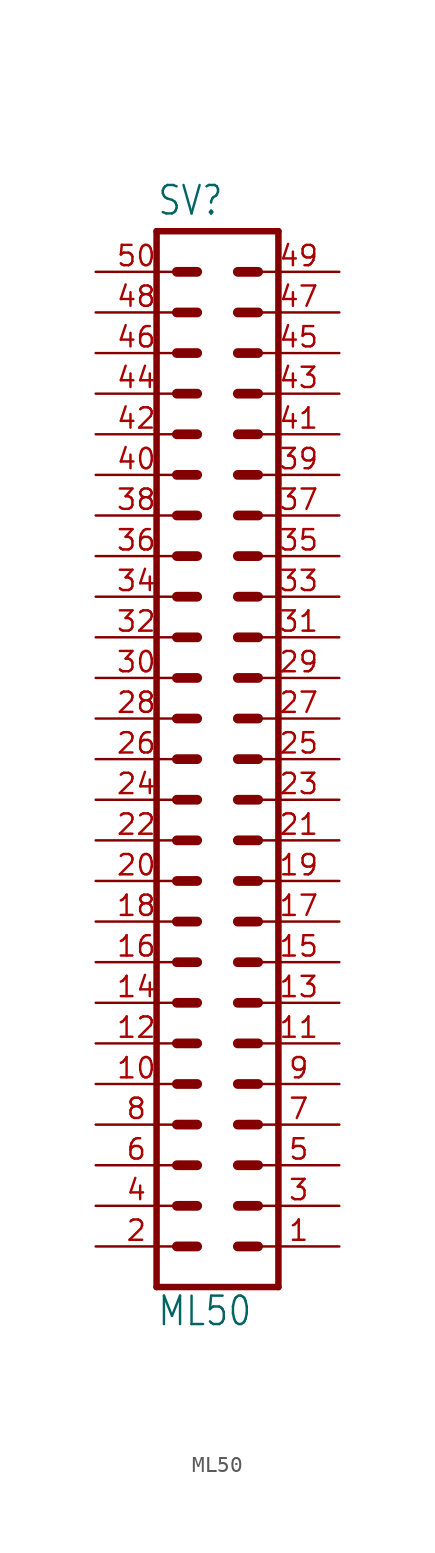
<source format=kicad_sym>
(kicad_symbol_lib
  (version 20211014)
  (generator kicad_symbol_editor)
  (symbol "ML50"
    (property "Reference" "SV"
      (at -3.81 33.909 0)
      (effects (font (size 1.778 1.511)) (justify left bottom)))
    (property "Value" "ML50"
      (at -3.81 -35.56 0)
      (effects (font (size 1.778 1.511)) (justify left bottom)))
    (property "ki_locked" ""
      (at 0 0 0)
      (effects (font (size 1.27 1.27))))
    (symbol "ML50_1_0"
      (polyline (pts (xy -3.81 33.02) (xy -3.81 -33.02)) (stroke (width 0.406) (type default) (color 0 0 0 0)) (fill (type none)))
      (polyline (pts (xy -3.81 33.02) (xy 3.81 33.02)) (stroke (width 0.406) (type default) (color 0 0 0 0)) (fill (type none)))
      (polyline (pts (xy -2.54 -30.48) (xy -1.27 -30.48)) (stroke (width 0.61) (type default) (color 0 0 0 0)) (fill (type none)))
      (polyline (pts (xy -2.54 -27.94) (xy -1.27 -27.94)) (stroke (width 0.61) (type default) (color 0 0 0 0)) (fill (type none)))
      (polyline (pts (xy -2.54 -25.4) (xy -1.27 -25.4)) (stroke (width 0.61) (type default) (color 0 0 0 0)) (fill (type none)))
      (polyline (pts (xy -2.54 -22.86) (xy -1.27 -22.86)) (stroke (width 0.61) (type default) (color 0 0 0 0)) (fill (type none)))
      (polyline (pts (xy -2.54 -20.32) (xy -1.27 -20.32)) (stroke (width 0.61) (type default) (color 0 0 0 0)) (fill (type none)))
      (polyline (pts (xy -2.54 -17.78) (xy -1.27 -17.78)) (stroke (width 0.61) (type default) (color 0 0 0 0)) (fill (type none)))
      (polyline (pts (xy -2.54 -15.24) (xy -1.27 -15.24)) (stroke (width 0.61) (type default) (color 0 0 0 0)) (fill (type none)))
      (polyline (pts (xy -2.54 -12.7) (xy -1.27 -12.7)) (stroke (width 0.61) (type default) (color 0 0 0 0)) (fill (type none)))
      (polyline (pts (xy -2.54 -10.16) (xy -1.27 -10.16)) (stroke (width 0.61) (type default) (color 0 0 0 0)) (fill (type none)))
      (polyline (pts (xy -2.54 -7.62) (xy -1.27 -7.62)) (stroke (width 0.61) (type default) (color 0 0 0 0)) (fill (type none)))
      (polyline (pts (xy -2.54 -5.08) (xy -1.27 -5.08)) (stroke (width 0.61) (type default) (color 0 0 0 0)) (fill (type none)))
      (polyline (pts (xy -2.54 -2.54) (xy -1.27 -2.54)) (stroke (width 0.61) (type default) (color 0 0 0 0)) (fill (type none)))
      (polyline (pts (xy -2.54 0) (xy -1.27 0)) (stroke (width 0.61) (type default) (color 0 0 0 0)) (fill (type none)))
      (polyline (pts (xy -2.54 2.54) (xy -1.27 2.54)) (stroke (width 0.61) (type default) (color 0 0 0 0)) (fill (type none)))
      (polyline (pts (xy -2.54 5.08) (xy -1.27 5.08)) (stroke (width 0.61) (type default) (color 0 0 0 0)) (fill (type none)))
      (polyline (pts (xy -2.54 7.62) (xy -1.27 7.62)) (stroke (width 0.61) (type default) (color 0 0 0 0)) (fill (type none)))
      (polyline (pts (xy -2.54 10.16) (xy -1.27 10.16)) (stroke (width 0.61) (type default) (color 0 0 0 0)) (fill (type none)))
      (polyline (pts (xy -2.54 12.7) (xy -1.27 12.7)) (stroke (width 0.61) (type default) (color 0 0 0 0)) (fill (type none)))
      (polyline (pts (xy -2.54 15.24) (xy -1.27 15.24)) (stroke (width 0.61) (type default) (color 0 0 0 0)) (fill (type none)))
      (polyline (pts (xy -2.54 17.78) (xy -1.27 17.78)) (stroke (width 0.61) (type default) (color 0 0 0 0)) (fill (type none)))
      (polyline (pts (xy -2.54 20.32) (xy -1.27 20.32)) (stroke (width 0.61) (type default) (color 0 0 0 0)) (fill (type none)))
      (polyline (pts (xy -2.54 22.86) (xy -1.27 22.86)) (stroke (width 0.61) (type default) (color 0 0 0 0)) (fill (type none)))
      (polyline (pts (xy -2.54 25.4) (xy -1.27 25.4)) (stroke (width 0.61) (type default) (color 0 0 0 0)) (fill (type none)))
      (polyline (pts (xy -2.54 27.94) (xy -1.27 27.94)) (stroke (width 0.61) (type default) (color 0 0 0 0)) (fill (type none)))
      (polyline (pts (xy -2.54 30.48) (xy -1.27 30.48)) (stroke (width 0.61) (type default) (color 0 0 0 0)) (fill (type none)))
      (polyline (pts (xy 1.27 -30.48) (xy 2.54 -30.48)) (stroke (width 0.61) (type default) (color 0 0 0 0)) (fill (type none)))
      (polyline (pts (xy 1.27 -27.94) (xy 2.54 -27.94)) (stroke (width 0.61) (type default) (color 0 0 0 0)) (fill (type none)))
      (polyline (pts (xy 1.27 -25.4) (xy 2.54 -25.4)) (stroke (width 0.61) (type default) (color 0 0 0 0)) (fill (type none)))
      (polyline (pts (xy 1.27 -22.86) (xy 2.54 -22.86)) (stroke (width 0.61) (type default) (color 0 0 0 0)) (fill (type none)))
      (polyline (pts (xy 1.27 -20.32) (xy 2.54 -20.32)) (stroke (width 0.61) (type default) (color 0 0 0 0)) (fill (type none)))
      (polyline (pts (xy 1.27 -17.78) (xy 2.54 -17.78)) (stroke (width 0.61) (type default) (color 0 0 0 0)) (fill (type none)))
      (polyline (pts (xy 1.27 -15.24) (xy 2.54 -15.24)) (stroke (width 0.61) (type default) (color 0 0 0 0)) (fill (type none)))
      (polyline (pts (xy 1.27 -12.7) (xy 2.54 -12.7)) (stroke (width 0.61) (type default) (color 0 0 0 0)) (fill (type none)))
      (polyline (pts (xy 1.27 -10.16) (xy 2.54 -10.16)) (stroke (width 0.61) (type default) (color 0 0 0 0)) (fill (type none)))
      (polyline (pts (xy 1.27 -7.62) (xy 2.54 -7.62)) (stroke (width 0.61) (type default) (color 0 0 0 0)) (fill (type none)))
      (polyline (pts (xy 1.27 -5.08) (xy 2.54 -5.08)) (stroke (width 0.61) (type default) (color 0 0 0 0)) (fill (type none)))
      (polyline (pts (xy 1.27 -2.54) (xy 2.54 -2.54)) (stroke (width 0.61) (type default) (color 0 0 0 0)) (fill (type none)))
      (polyline (pts (xy 1.27 0) (xy 2.54 0)) (stroke (width 0.61) (type default) (color 0 0 0 0)) (fill (type none)))
      (polyline (pts (xy 1.27 2.54) (xy 2.54 2.54)) (stroke (width 0.61) (type default) (color 0 0 0 0)) (fill (type none)))
      (polyline (pts (xy 1.27 5.08) (xy 2.54 5.08)) (stroke (width 0.61) (type default) (color 0 0 0 0)) (fill (type none)))
      (polyline (pts (xy 1.27 7.62) (xy 2.54 7.62)) (stroke (width 0.61) (type default) (color 0 0 0 0)) (fill (type none)))
      (polyline (pts (xy 1.27 10.16) (xy 2.54 10.16)) (stroke (width 0.61) (type default) (color 0 0 0 0)) (fill (type none)))
      (polyline (pts (xy 1.27 12.7) (xy 2.54 12.7)) (stroke (width 0.61) (type default) (color 0 0 0 0)) (fill (type none)))
      (polyline (pts (xy 1.27 15.24) (xy 2.54 15.24)) (stroke (width 0.61) (type default) (color 0 0 0 0)) (fill (type none)))
      (polyline (pts (xy 1.27 17.78) (xy 2.54 17.78)) (stroke (width 0.61) (type default) (color 0 0 0 0)) (fill (type none)))
      (polyline (pts (xy 1.27 20.32) (xy 2.54 20.32)) (stroke (width 0.61) (type default) (color 0 0 0 0)) (fill (type none)))
      (polyline (pts (xy 1.27 22.86) (xy 2.54 22.86)) (stroke (width 0.61) (type default) (color 0 0 0 0)) (fill (type none)))
      (polyline (pts (xy 1.27 25.4) (xy 2.54 25.4)) (stroke (width 0.61) (type default) (color 0 0 0 0)) (fill (type none)))
      (polyline (pts (xy 1.27 27.94) (xy 2.54 27.94)) (stroke (width 0.61) (type default) (color 0 0 0 0)) (fill (type none)))
      (polyline (pts (xy 1.27 30.48) (xy 2.54 30.48)) (stroke (width 0.61) (type default) (color 0 0 0 0)) (fill (type none)))
      (polyline (pts (xy 3.81 -33.02) (xy -3.81 -33.02)) (stroke (width 0.406) (type default) (color 0 0 0 0)) (fill (type none)))
      (polyline (pts (xy 3.81 -33.02) (xy 3.81 33.02)) (stroke (width 0.406) (type default) (color 0 0 0 0)) (fill (type none)))
      (pin passive line (at 7.62 -30.48 180) (length 5.08) (name "1" (effects (font (size 0 0)))) (number "1" (effects (font (size 1.27 1.27)))))
      (pin passive line (at -7.62 -20.32 0) (length 5.08) (name "10" (effects (font (size 0 0)))) (number "10" (effects (font (size 1.27 1.27)))))
      (pin passive line (at 7.62 -17.78 180) (length 5.08) (name "11" (effects (font (size 0 0)))) (number "11" (effects (font (size 1.27 1.27)))))
      (pin passive line (at -7.62 -17.78 0) (length 5.08) (name "12" (effects (font (size 0 0)))) (number "12" (effects (font (size 1.27 1.27)))))
      (pin passive line (at 7.62 -15.24 180) (length 5.08) (name "13" (effects (font (size 0 0)))) (number "13" (effects (font (size 1.27 1.27)))))
      (pin passive line (at -7.62 -15.24 0) (length 5.08) (name "14" (effects (font (size 0 0)))) (number "14" (effects (font (size 1.27 1.27)))))
      (pin passive line (at 7.62 -12.7 180) (length 5.08) (name "15" (effects (font (size 0 0)))) (number "15" (effects (font (size 1.27 1.27)))))
      (pin passive line (at -7.62 -12.7 0) (length 5.08) (name "16" (effects (font (size 0 0)))) (number "16" (effects (font (size 1.27 1.27)))))
      (pin passive line (at 7.62 -10.16 180) (length 5.08) (name "17" (effects (font (size 0 0)))) (number "17" (effects (font (size 1.27 1.27)))))
      (pin passive line (at -7.62 -10.16 0) (length 5.08) (name "18" (effects (font (size 0 0)))) (number "18" (effects (font (size 1.27 1.27)))))
      (pin passive line (at 7.62 -7.62 180) (length 5.08) (name "19" (effects (font (size 0 0)))) (number "19" (effects (font (size 1.27 1.27)))))
      (pin passive line (at -7.62 -30.48 0) (length 5.08) (name "2" (effects (font (size 0 0)))) (number "2" (effects (font (size 1.27 1.27)))))
      (pin passive line (at -7.62 -7.62 0) (length 5.08) (name "20" (effects (font (size 0 0)))) (number "20" (effects (font (size 1.27 1.27)))))
      (pin passive line (at 7.62 -5.08 180) (length 5.08) (name "21" (effects (font (size 0 0)))) (number "21" (effects (font (size 1.27 1.27)))))
      (pin passive line (at -7.62 -5.08 0) (length 5.08) (name "22" (effects (font (size 0 0)))) (number "22" (effects (font (size 1.27 1.27)))))
      (pin passive line (at 7.62 -2.54 180) (length 5.08) (name "23" (effects (font (size 0 0)))) (number "23" (effects (font (size 1.27 1.27)))))
      (pin passive line (at -7.62 -2.54 0) (length 5.08) (name "24" (effects (font (size 0 0)))) (number "24" (effects (font (size 1.27 1.27)))))
      (pin passive line (at 7.62 0 180) (length 5.08) (name "25" (effects (font (size 0 0)))) (number "25" (effects (font (size 1.27 1.27)))))
      (pin passive line (at -7.62 0 0) (length 5.08) (name "26" (effects (font (size 0 0)))) (number "26" (effects (font (size 1.27 1.27)))))
      (pin passive line (at 7.62 2.54 180) (length 5.08) (name "27" (effects (font (size 0 0)))) (number "27" (effects (font (size 1.27 1.27)))))
      (pin passive line (at -7.62 2.54 0) (length 5.08) (name "28" (effects (font (size 0 0)))) (number "28" (effects (font (size 1.27 1.27)))))
      (pin passive line (at 7.62 5.08 180) (length 5.08) (name "29" (effects (font (size 0 0)))) (number "29" (effects (font (size 1.27 1.27)))))
      (pin passive line (at 7.62 -27.94 180) (length 5.08) (name "3" (effects (font (size 0 0)))) (number "3" (effects (font (size 1.27 1.27)))))
      (pin passive line (at -7.62 5.08 0) (length 5.08) (name "30" (effects (font (size 0 0)))) (number "30" (effects (font (size 1.27 1.27)))))
      (pin passive line (at 7.62 7.62 180) (length 5.08) (name "31" (effects (font (size 0 0)))) (number "31" (effects (font (size 1.27 1.27)))))
      (pin passive line (at -7.62 7.62 0) (length 5.08) (name "32" (effects (font (size 0 0)))) (number "32" (effects (font (size 1.27 1.27)))))
      (pin passive line (at 7.62 10.16 180) (length 5.08) (name "33" (effects (font (size 0 0)))) (number "33" (effects (font (size 1.27 1.27)))))
      (pin passive line (at -7.62 10.16 0) (length 5.08) (name "34" (effects (font (size 0 0)))) (number "34" (effects (font (size 1.27 1.27)))))
      (pin passive line (at 7.62 12.7 180) (length 5.08) (name "35" (effects (font (size 0 0)))) (number "35" (effects (font (size 1.27 1.27)))))
      (pin passive line (at -7.62 12.7 0) (length 5.08) (name "36" (effects (font (size 0 0)))) (number "36" (effects (font (size 1.27 1.27)))))
      (pin passive line (at 7.62 15.24 180) (length 5.08) (name "37" (effects (font (size 0 0)))) (number "37" (effects (font (size 1.27 1.27)))))
      (pin passive line (at -7.62 15.24 0) (length 5.08) (name "38" (effects (font (size 0 0)))) (number "38" (effects (font (size 1.27 1.27)))))
      (pin passive line (at 7.62 17.78 180) (length 5.08) (name "39" (effects (font (size 0 0)))) (number "39" (effects (font (size 1.27 1.27)))))
      (pin passive line (at -7.62 -27.94 0) (length 5.08) (name "4" (effects (font (size 0 0)))) (number "4" (effects (font (size 1.27 1.27)))))
      (pin passive line (at -7.62 17.78 0) (length 5.08) (name "40" (effects (font (size 0 0)))) (number "40" (effects (font (size 1.27 1.27)))))
      (pin passive line (at 7.62 20.32 180) (length 5.08) (name "41" (effects (font (size 0 0)))) (number "41" (effects (font (size 1.27 1.27)))))
      (pin passive line (at -7.62 20.32 0) (length 5.08) (name "42" (effects (font (size 0 0)))) (number "42" (effects (font (size 1.27 1.27)))))
      (pin passive line (at 7.62 22.86 180) (length 5.08) (name "43" (effects (font (size 0 0)))) (number "43" (effects (font (size 1.27 1.27)))))
      (pin passive line (at -7.62 22.86 0) (length 5.08) (name "44" (effects (font (size 0 0)))) (number "44" (effects (font (size 1.27 1.27)))))
      (pin passive line (at 7.62 25.4 180) (length 5.08) (name "45" (effects (font (size 0 0)))) (number "45" (effects (font (size 1.27 1.27)))))
      (pin passive line (at -7.62 25.4 0) (length 5.08) (name "46" (effects (font (size 0 0)))) (number "46" (effects (font (size 1.27 1.27)))))
      (pin passive line (at 7.62 27.94 180) (length 5.08) (name "47" (effects (font (size 0 0)))) (number "47" (effects (font (size 1.27 1.27)))))
      (pin passive line (at -7.62 27.94 0) (length 5.08) (name "48" (effects (font (size 0 0)))) (number "48" (effects (font (size 1.27 1.27)))))
      (pin passive line (at 7.62 30.48 180) (length 5.08) (name "49" (effects (font (size 0 0)))) (number "49" (effects (font (size 1.27 1.27)))))
      (pin passive line (at 7.62 -25.4 180) (length 5.08) (name "5" (effects (font (size 0 0)))) (number "5" (effects (font (size 1.27 1.27)))))
      (pin passive line (at -7.62 30.48 0) (length 5.08) (name "50" (effects (font (size 0 0)))) (number "50" (effects (font (size 1.27 1.27)))))
      (pin passive line (at -7.62 -25.4 0) (length 5.08) (name "6" (effects (font (size 0 0)))) (number "6" (effects (font (size 1.27 1.27)))))
      (pin passive line (at 7.62 -22.86 180) (length 5.08) (name "7" (effects (font (size 0 0)))) (number "7" (effects (font (size 1.27 1.27)))))
      (pin passive line (at -7.62 -22.86 0) (length 5.08) (name "8" (effects (font (size 0 0)))) (number "8" (effects (font (size 1.27 1.27)))))
      (pin passive line (at 7.62 -20.32 180) (length 5.08) (name "9" (effects (font (size 0 0)))) (number "9" (effects (font (size 1.27 1.27))))))))
</source>
